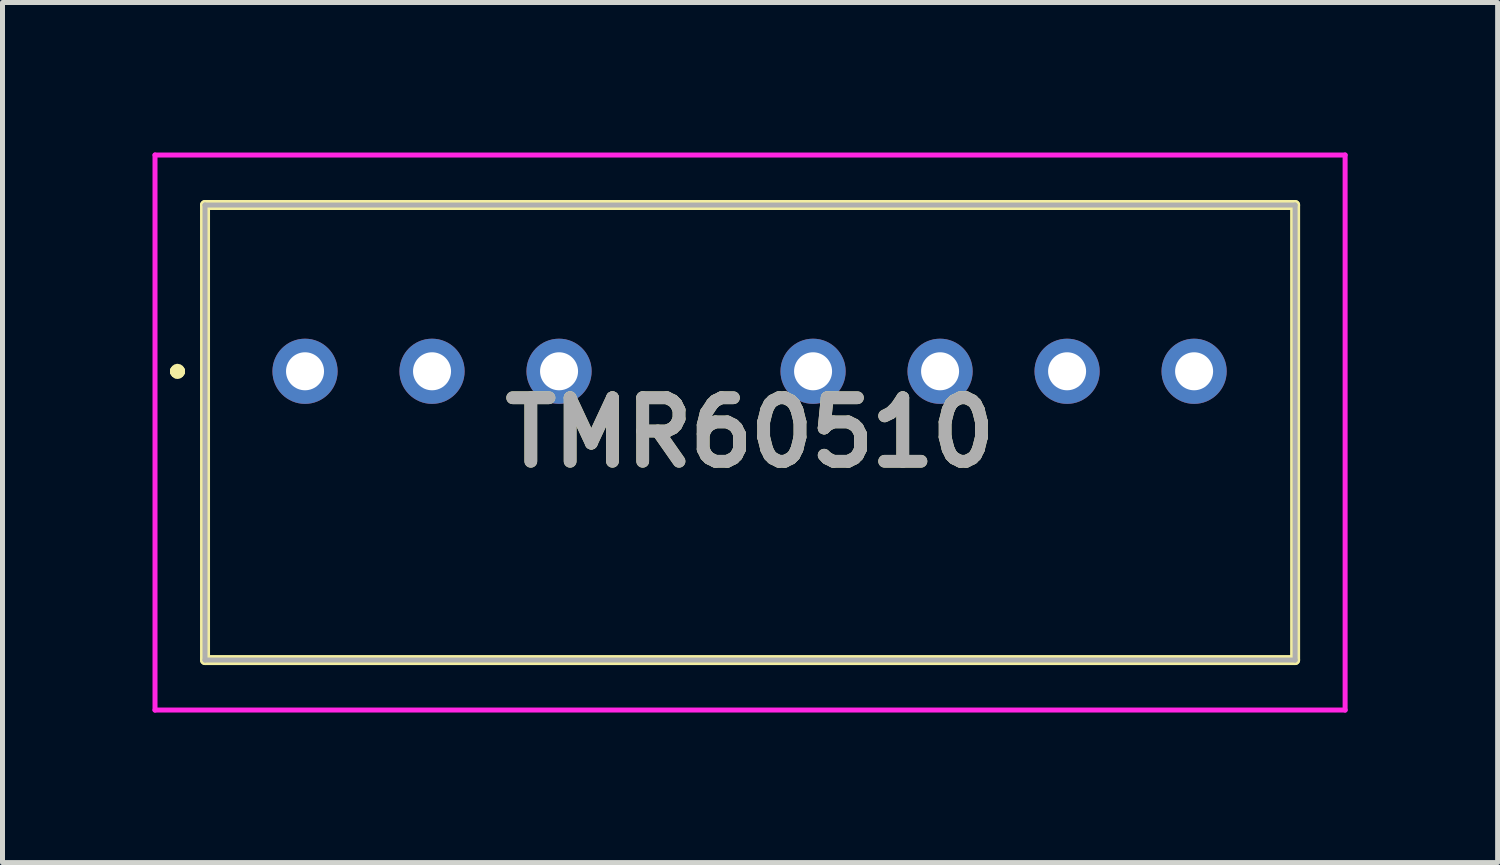
<source format=kicad_pcb>
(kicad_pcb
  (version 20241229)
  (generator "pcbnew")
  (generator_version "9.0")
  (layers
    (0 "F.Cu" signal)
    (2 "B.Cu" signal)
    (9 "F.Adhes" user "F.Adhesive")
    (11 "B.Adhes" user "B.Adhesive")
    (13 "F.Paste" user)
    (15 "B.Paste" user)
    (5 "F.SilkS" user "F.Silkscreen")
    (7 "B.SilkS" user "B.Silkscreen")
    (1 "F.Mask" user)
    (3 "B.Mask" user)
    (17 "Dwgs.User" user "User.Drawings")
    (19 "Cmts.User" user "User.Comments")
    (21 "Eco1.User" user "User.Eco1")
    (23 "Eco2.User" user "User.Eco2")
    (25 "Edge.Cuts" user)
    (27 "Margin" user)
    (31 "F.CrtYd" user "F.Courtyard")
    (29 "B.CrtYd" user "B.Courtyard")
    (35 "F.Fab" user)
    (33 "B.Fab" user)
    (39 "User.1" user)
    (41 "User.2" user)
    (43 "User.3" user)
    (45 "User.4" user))
  (footprint "TMR60510"
    (layer "F.Cu")
    (at 3.05 4.375)
    (property "Reference" "TMR60510" (at 8.9 1.225 0) (layer "F.SilkS") (effects (font (size 1.27 1.27) (thickness 0.254))))
    (attr through_hole)
    (fp_line (start -2.6 0) (end -2.6 0) (stroke (width 0.2) (type solid)) (layer "F.SilkS"))
    (fp_line (start -2.6 0) (end -2.6 0) (stroke (width 0.2) (type solid)) (layer "F.SilkS"))
    (fp_line (start -2.5 0) (end -2.5 0) (stroke (width 0.2) (type solid)) (layer "F.SilkS"))
    (fp_line (start -2 -3.325) (end 19.8 -3.325) (stroke (width 0.2) (type solid)) (layer "F.SilkS"))
    (fp_line (start -2 5.775) (end -2 -3.325) (stroke (width 0.2) (type solid)) (layer "F.SilkS"))
    (fp_line (start 19.8 -3.325) (end 19.8 5.775) (stroke (width 0.2) (type solid)) (layer "F.SilkS"))
    (fp_line (start 19.8 5.775) (end -2 5.775) (stroke (width 0.2) (type solid)) (layer "F.SilkS"))
    (fp_arc (start -2.6 0) (mid -2.55 -0.05) (end -2.5 0) (stroke (width 0.2) (type solid)) (layer "F.SilkS"))
    (fp_arc (start -2.5 0) (mid -2.55 0.05) (end -2.6 0) (stroke (width 0.2) (type solid)) (layer "F.SilkS"))
    (fp_arc (start -2.5 0) (mid -2.55 0.05) (end -2.6 0) (stroke (width 0.2) (type solid)) (layer "F.SilkS"))
    (fp_line (start -3 -4.325) (end -3 6.775) (stroke (width 0.1) (type solid)) (layer "F.CrtYd"))
    (fp_line (start -3 6.775) (end 20.8 6.775) (stroke (width 0.1) (type solid)) (layer "F.CrtYd"))
    (fp_line (start 20.8 -4.325) (end -3 -4.325) (stroke (width 0.1) (type solid)) (layer "F.CrtYd"))
    (fp_line (start 20.8 6.775) (end 20.8 -4.325) (stroke (width 0.1) (type solid)) (layer "F.CrtYd"))
    (fp_line (start -2 -3.325) (end 19.8 -3.325) (stroke (width 0.1) (type solid)) (layer "F.Fab"))
    (fp_line (start -2 5.775) (end -2 -3.325) (stroke (width 0.1) (type solid)) (layer "F.Fab"))
    (fp_line (start 19.8 -3.325) (end 19.8 5.775) (stroke (width 0.1) (type solid)) (layer "F.Fab"))
    (fp_line (start 19.8 5.775) (end -2 5.775) (stroke (width 0.1) (type solid)) (layer "F.Fab"))
    (fp_text user "${REFERENCE}" (at 8.9 1.225 0) (layer "F.Fab") (effects (font (size 1.27 1.27) (thickness 0.254))))
    (pad "1" thru_hole circle (at 0 0) (size 1.303 1.303) (drill 0.76) (layers "*.Cu" "*.Mask"))
    (pad "2" thru_hole circle (at 2.54 0) (size 1.303 1.303) (drill 0.76) (layers "*.Cu" "*.Mask"))
    (pad "3" thru_hole circle (at 5.08 0) (size 1.303 1.303) (drill 0.76) (layers "*.Cu" "*.Mask"))
    (pad "5" thru_hole circle (at 10.16 0) (size 1.303 1.303) (drill 0.76) (layers "*.Cu" "*.Mask"))
    (pad "6" thru_hole circle (at 12.7 0) (size 1.303 1.303) (drill 0.76) (layers "*.Cu" "*.Mask"))
    (pad "7" thru_hole circle (at 15.24 0) (size 1.303 1.303) (drill 0.76) (layers "*.Cu" "*.Mask"))
    (pad "8" thru_hole circle (at 17.78 0) (size 1.303 1.303) (drill 0.76) (layers "*.Cu" "*.Mask")))
  (gr_rect
    (start -3 -3)
    (end 26.9 14.2)
    (stroke (width 0.1) (type default))
    (fill no)
    (layer "Edge.Cuts")))
</source>
